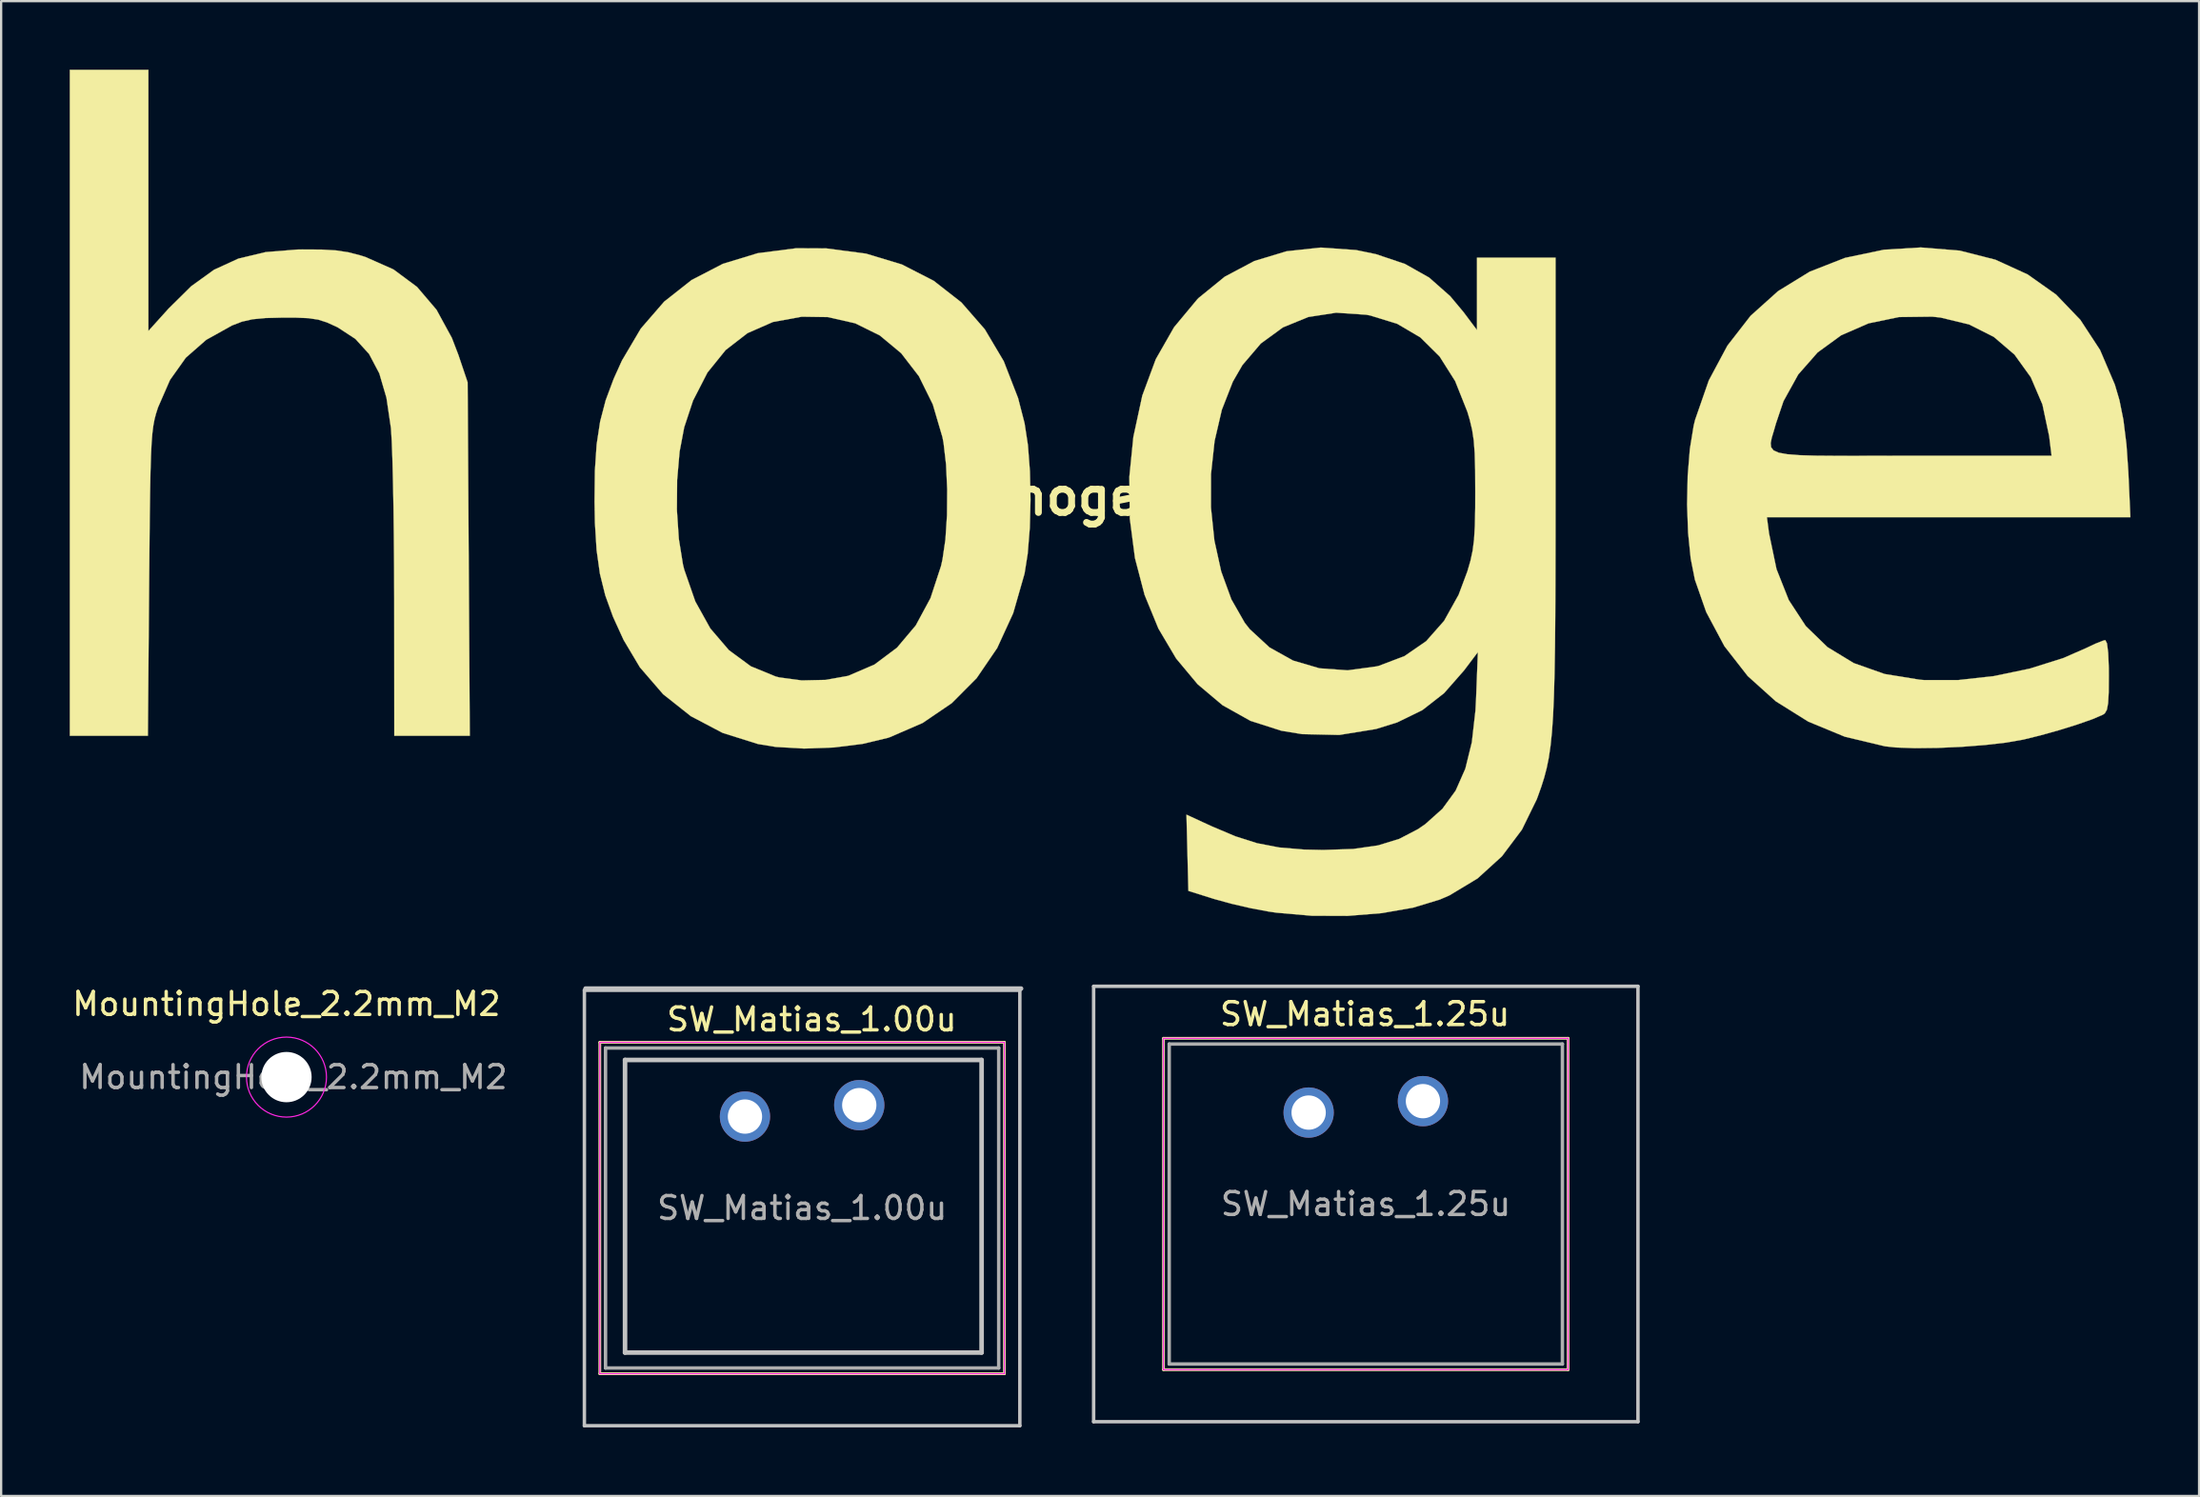
<source format=kicad_pcb>
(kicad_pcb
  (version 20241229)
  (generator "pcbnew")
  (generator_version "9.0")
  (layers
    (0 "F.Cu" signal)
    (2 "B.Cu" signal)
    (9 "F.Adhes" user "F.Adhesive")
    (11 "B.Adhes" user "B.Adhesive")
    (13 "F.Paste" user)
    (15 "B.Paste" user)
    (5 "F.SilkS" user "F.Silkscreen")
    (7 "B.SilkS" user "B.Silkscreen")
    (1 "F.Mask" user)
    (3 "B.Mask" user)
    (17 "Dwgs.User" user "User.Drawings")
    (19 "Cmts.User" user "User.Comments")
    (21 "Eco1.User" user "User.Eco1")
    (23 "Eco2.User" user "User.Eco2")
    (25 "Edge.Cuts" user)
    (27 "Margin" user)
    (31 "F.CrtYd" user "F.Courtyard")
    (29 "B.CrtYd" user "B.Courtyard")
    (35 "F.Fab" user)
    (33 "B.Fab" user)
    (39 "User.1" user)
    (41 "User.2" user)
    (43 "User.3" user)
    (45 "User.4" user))
  (footprint "SW_Matias_1.25u"
    (layer "F.Cu")
    (at 56.658 49.57)
    (property "Reference" "SW_Matias_1.25u" (at 0 -8.255 0) (layer "F.SilkS") (effects (font (size 1 1) (thickness 0.15))))
    (attr through_hole)
    (fp_line (start -8.81 -7.195) (end 8.89 -7.195) (stroke (width 0.12) (type solid)) (layer "F.SilkS"))
    (fp_line (start -8.81 7.305) (end -8.81 -7.195) (stroke (width 0.12) (type solid)) (layer "F.SilkS"))
    (fp_line (start 8.89 -7.195) (end 8.89 7.305) (stroke (width 0.12) (type solid)) (layer "F.SilkS"))
    (fp_line (start 8.89 7.305) (end -8.81 7.305) (stroke (width 0.12) (type solid)) (layer "F.SilkS"))
    (fp_line (start -11.866 -9.47) (end 11.946 -9.47) (stroke (width 0.15) (type solid)) (layer "Dwgs.User"))
    (fp_line (start -11.866 9.58) (end -11.866 -9.47) (stroke (width 0.15) (type solid)) (layer "Dwgs.User"))
    (fp_line (start 11.946 -9.47) (end 11.946 9.58) (stroke (width 0.15) (type solid)) (layer "Dwgs.User"))
    (fp_line (start 11.946 9.58) (end -11.866 9.58) (stroke (width 0.15) (type solid)) (layer "Dwgs.User"))
    (fp_line (start -8.81 -7.195) (end -8.81 7.305) (stroke (width 0.05) (type solid)) (layer "F.CrtYd"))
    (fp_line (start -8.81 -7.195) (end 8.89 -7.195) (stroke (width 0.05) (type solid)) (layer "F.CrtYd"))
    (fp_line (start -8.81 7.305) (end 8.89 7.305) (stroke (width 0.05) (type solid)) (layer "F.CrtYd"))
    (fp_line (start 8.89 7.305) (end 8.89 -7.195) (stroke (width 0.05) (type solid)) (layer "F.CrtYd"))
    (fp_line (start -8.56 -6.945) (end 8.64 -6.945) (stroke (width 0.15) (type solid)) (layer "F.Fab"))
    (fp_line (start -8.56 7.055) (end -8.56 -6.945) (stroke (width 0.15) (type solid)) (layer "F.Fab"))
    (fp_line (start 8.64 -6.945) (end 8.64 7.055) (stroke (width 0.15) (type solid)) (layer "F.Fab"))
    (fp_line (start 8.64 7.055) (end -8.56 7.055) (stroke (width 0.15) (type solid)) (layer "F.Fab"))
    (fp_text user "${REFERENCE}" (at 0.04 0.055 0) (layer "F.Fab") (effects (font (size 1 1) (thickness 0.15))))
    (pad "1" thru_hole circle (at 2.54 -4.445) (size 2.2 2.2) (drill 1.5) (layers "*.Cu" "*.Mask"))
    (pad "2" thru_hole circle (at -2.46 -3.945) (size 2.2 2.2) (drill 1.5) (layers "*.Cu" "*.Mask")))
  (footprint "SW_Matias_1.00u"
    (layer "F.Cu")
    (at 22.514 40.275)
    (property "Reference" "SW_Matias_1.00u" (at 9.946 1.275 0) (unlocked yes) (layer "F.SilkS") (effects (font (size 1 1) (thickness 0.15))))
    (attr through_hole)
    (fp_line (start 0.675 2.275) (end 18.375 2.275) (stroke (width 0.12) (type solid)) (layer "F.SilkS"))
    (fp_line (start 0.675 16.775) (end 0.675 2.275) (stroke (width 0.12) (type solid)) (layer "F.SilkS"))
    (fp_line (start 18.375 2.275) (end 18.375 16.775) (stroke (width 0.12) (type solid)) (layer "F.SilkS"))
    (fp_line (start 18.375 16.775) (end 0.675 16.775) (stroke (width 0.12) (type solid)) (layer "F.SilkS"))
    (fp_line (start 0 0) (end 19.05 0) (stroke (width 0.15) (type solid)) (layer "Dwgs.User"))
    (fp_line (start 0 19.05) (end 0 0) (stroke (width 0.15) (type solid)) (layer "Dwgs.User"))
    (fp_line (start 0.053 -0.075) (end 19.103 -0.075) (stroke (width 0.2) (type solid)) (layer "Dwgs.User"))
    (fp_line (start 1.778 3.048) (end 17.377 3.048) (stroke (width 0.2) (type solid)) (layer "Dwgs.User"))
    (fp_line (start 1.778 15.849) (end 1.778 3.048) (stroke (width 0.2) (type solid)) (layer "Dwgs.User"))
    (fp_line (start 17.377 3.048) (end 17.377 15.849) (stroke (width 0.2) (type solid)) (layer "Dwgs.User"))
    (fp_line (start 17.377 15.849) (end 1.778 15.849) (stroke (width 0.2) (type solid)) (layer "Dwgs.User"))
    (fp_line (start 19.05 0) (end 19.05 19.05) (stroke (width 0.15) (type solid)) (layer "Dwgs.User"))
    (fp_line (start 19.05 19.05) (end 0 19.05) (stroke (width 0.15) (type solid)) (layer "Dwgs.User"))
    (fp_line (start 0.675 2.275) (end 0.675 16.775) (stroke (width 0.05) (type solid)) (layer "F.CrtYd"))
    (fp_line (start 0.675 2.275) (end 18.375 2.275) (stroke (width 0.05) (type solid)) (layer "F.CrtYd"))
    (fp_line (start 0.675 16.775) (end 18.375 16.775) (stroke (width 0.05) (type solid)) (layer "F.CrtYd"))
    (fp_line (start 18.375 16.775) (end 18.375 2.275) (stroke (width 0.05) (type solid)) (layer "F.CrtYd"))
    (fp_line (start 0.925 2.525) (end 18.125 2.525) (stroke (width 0.15) (type solid)) (layer "F.Fab"))
    (fp_line (start 0.925 16.525) (end 0.925 2.525) (stroke (width 0.15) (type solid)) (layer "F.Fab"))
    (fp_line (start 18.125 2.525) (end 18.125 16.525) (stroke (width 0.15) (type solid)) (layer "F.Fab"))
    (fp_line (start 18.125 16.525) (end 0.925 16.525) (stroke (width 0.15) (type solid)) (layer "F.Fab"))
    (fp_text user "${REFERENCE}" (at 9.525 9.525 0) (layer "F.Fab") (effects (font (size 1 1) (thickness 0.15))))
    (pad "1" thru_hole circle (at 12.025 5.025) (size 2.2 2.2) (drill 1.5) (layers "*.Cu" "*.Mask"))
    (pad "2" thru_hole circle (at 7.025 5.525) (size 2.2 2.2) (drill 1.5) (layers "*.Cu" "*.Mask")))
  (footprint "MountingHole_2.2mm_M2"
    (layer "F.Cu")
    (at 9.482 44.073)
    (property "Reference" "MountingHole_2.2mm_M2" (at 0 -3.2 0) (layer "F.SilkS") (effects (font (size 1 1) (thickness 0.15))))
    (attr exclude_from_pos_files exclude_from_bom)
    (fp_circle (center 0 0) (end 1.75 0) (stroke (width 0.05) (type solid)) (fill no) (layer "F.CrtYd"))
    (fp_text user "${REFERENCE}" (at 0.3 0 0) (layer "F.Fab") (effects (font (size 1 1) (thickness 0.15))))
    (pad "" np_thru_hole circle (at 0 0) (size 2.2 2.2) (drill 2.2) (layers "*.Cu" "*.Mask")))
  (footprint "hoge"
    (layer "F.Cu")
    (at 44.081 18.681)
    (property "Reference" "hoge" (at 0 0 0) (layer "F.SilkS") (effects (font (size 1.524 1.524) (thickness 0.3))))
    (attr through_hole)
    (fp_poly (pts (xy -40.64 -7.251) (xy -39.749 -8.238) (xy -38.763 -9.211) (xy -37.769 -9.928) (xy -36.704 -10.416) (xy -35.509 -10.702) (xy -34.121 -10.814) (xy -33.916 -10.817) (xy -33.07 -10.813) (xy -32.425 -10.775) (xy -31.883 -10.692) (xy -31.348 -10.552) (xy -31.141 -10.486) (xy -29.919 -9.944) (xy -28.887 -9.178) (xy -28.037 -8.181) (xy -27.363 -6.946) (xy -27.08 -6.208) (xy -26.674 -5.005) (xy -26.627 2.727) (xy -26.58 10.459) (xy -29.882 10.459) (xy -29.886 4.445) (xy -29.891 3.066) (xy -29.902 1.724) (xy -29.918 0.461) (xy -29.94 -0.68) (xy -29.965 -1.657) (xy -29.994 -2.427) (xy -30.025 -2.948) (xy -30.03 -3.01) (xy -30.225 -4.328) (xy -30.538 -5.396) (xy -30.986 -6.245) (xy -31.585 -6.904) (xy -32.351 -7.405) (xy -32.4 -7.43) (xy -32.829 -7.625) (xy -33.211 -7.747) (xy -33.639 -7.811) (xy -34.207 -7.835) (xy -34.738 -7.836) (xy -35.516 -7.817) (xy -36.088 -7.763) (xy -36.546 -7.659) (xy -36.979 -7.493) (xy -38.109 -6.864) (xy -39.002 -6.082) (xy -39.694 -5.109) (xy -40.219 -3.906) (xy -40.23 -3.872) (xy -40.307 -3.631) (xy -40.371 -3.388) (xy -40.423 -3.112) (xy -40.466 -2.774) (xy -40.5 -2.345) (xy -40.526 -1.794) (xy -40.548 -1.093) (xy -40.565 -0.21) (xy -40.58 0.883) (xy -40.593 2.217) (xy -40.607 3.773) (xy -40.662 10.459) (xy -44.076 10.459) (xy -44.076 -18.676) (xy -40.64 -18.676) (xy -40.64 -7.251)) (stroke (width 0.01) (type solid)) (fill yes) (layer "F.SilkS"))
    (fp_poly (pts (xy -10.984 -10.863) (xy -9.248 -10.635) (xy -7.679 -10.161) (xy -6.286 -9.447) (xy -5.074 -8.5) (xy -4.05 -7.325) (xy -3.221 -5.928) (xy -2.594 -4.314) (xy -2.31 -3.212) (xy -2.164 -2.259) (xy -2.077 -1.113) (xy -2.05 0.127) (xy -2.082 1.363) (xy -2.174 2.496) (xy -2.311 3.361) (xy -2.808 5.095) (xy -3.51 6.623) (xy -4.408 7.939) (xy -5.497 9.033) (xy -6.769 9.898) (xy -8.218 10.526) (xy -8.292 10.55) (xy -9.395 10.814) (xy -10.657 10.971) (xy -11.962 11.018) (xy -13.195 10.947) (xy -13.97 10.82) (xy -15.52 10.333) (xy -16.91 9.601) (xy -18.123 8.64) (xy -19.138 7.464) (xy -19.853 6.263) (xy -20.314 5.253) (xy -20.653 4.315) (xy -20.887 3.37) (xy -21.032 2.339) (xy -21.106 1.144) (xy -21.116 0.579) (xy -17.52 0.579) (xy -17.435 1.845) (xy -17.255 2.962) (xy -17.2 3.186) (xy -16.714 4.583) (xy -16.058 5.763) (xy -15.245 6.713) (xy -14.288 7.418) (xy -13.199 7.865) (xy -13.038 7.906) (xy -12.06 8.037) (xy -11.01 8.014) (xy -10.051 7.842) (xy -10.015 7.832) (xy -8.877 7.343) (xy -7.891 6.605) (xy -7.07 5.631) (xy -6.425 4.435) (xy -5.965 3.032) (xy -5.902 2.751) (xy -5.773 1.874) (xy -5.704 0.814) (xy -5.695 -0.317) (xy -5.745 -1.411) (xy -5.855 -2.356) (xy -5.902 -2.602) (xy -6.325 -4.04) (xy -6.933 -5.271) (xy -7.711 -6.28) (xy -8.645 -7.057) (xy -9.72 -7.587) (xy -10.921 -7.859) (xy -12.056 -7.875) (xy -13.318 -7.644) (xy -14.43 -7.157) (xy -15.386 -6.418) (xy -16.183 -5.432) (xy -16.814 -4.203) (xy -17.2 -3.037) (xy -17.402 -1.97) (xy -17.509 -0.729) (xy -17.52 0.579) (xy -21.116 0.579) (xy -21.123 0.224) (xy -21.107 -1.141) (xy -21.03 -2.287) (xy -20.878 -3.288) (xy -20.635 -4.219) (xy -20.286 -5.155) (xy -19.924 -5.956) (xy -19.097 -7.357) (xy -18.077 -8.534) (xy -16.877 -9.48) (xy -15.508 -10.189) (xy -13.981 -10.654) (xy -12.309 -10.869) (xy -10.984 -10.863)) (stroke (width 0.01) (type solid)) (fill yes) (layer "F.SilkS"))
    (fp_poly (pts (xy 38.595 -10.767) (xy 40.159 -10.369) (xy 41.57 -9.724) (xy 42.814 -8.844) (xy 43.874 -7.739) (xy 44.736 -6.422) (xy 45.384 -4.905) (xy 45.584 -4.228) (xy 45.758 -3.364) (xy 45.892 -2.287) (xy 45.975 -1.083) (xy 46.064 0.896) (xy 30.163 0.896) (xy 30.257 1.606) (xy 30.584 3.17) (xy 31.12 4.522) (xy 31.864 5.659) (xy 32.812 6.579) (xy 33.962 7.279) (xy 35.311 7.756) (xy 36.855 8.007) (xy 37.054 8.022) (xy 38.526 8.022) (xy 40.095 7.848) (xy 41.661 7.521) (xy 43.122 7.062) (xy 44.109 6.631) (xy 44.536 6.43) (xy 44.861 6.301) (xy 44.968 6.275) (xy 45.042 6.42) (xy 45.093 6.833) (xy 45.12 7.485) (xy 45.122 7.839) (xy 45.116 8.555) (xy 45.09 9.03) (xy 45.037 9.317) (xy 44.948 9.475) (xy 44.861 9.537) (xy 44.406 9.732) (xy 43.742 9.965) (xy 42.953 10.211) (xy 42.122 10.443) (xy 41.387 10.624) (xy 40.637 10.756) (xy 39.704 10.863) (xy 38.672 10.943) (xy 37.624 10.99) (xy 36.642 11.001) (xy 35.809 10.971) (xy 35.332 10.92) (xy 33.569 10.499) (xy 31.971 9.838) (xy 30.551 8.95) (xy 29.325 7.847) (xy 28.306 6.541) (xy 27.508 5.046) (xy 27.014 3.631) (xy 26.83 2.703) (xy 26.716 1.576) (xy 26.672 0.34) (xy 26.698 -0.913) (xy 26.794 -2.093) (xy 26.835 -2.343) (xy 30.329 -2.343) (xy 30.348 -2.162) (xy 30.457 -2.025) (xy 30.681 -1.926) (xy 31.043 -1.859) (xy 31.57 -1.817) (xy 32.286 -1.796) (xy 33.217 -1.789) (xy 34.386 -1.79) (xy 35.819 -1.793) (xy 36.474 -1.793) (xy 42.617 -1.793) (xy 42.511 -2.652) (xy 42.217 -4.035) (xy 41.707 -5.228) (xy 40.994 -6.218) (xy 40.089 -6.992) (xy 39.007 -7.537) (xy 37.76 -7.838) (xy 37.398 -7.877) (xy 35.944 -7.86) (xy 34.61 -7.584) (xy 33.415 -7.064) (xy 32.383 -6.313) (xy 31.534 -5.347) (xy 30.889 -4.181) (xy 30.56 -3.207) (xy 30.46 -2.859) (xy 30.374 -2.573) (xy 30.329 -2.343) (xy 26.835 -2.343) (xy 26.96 -3.108) (xy 27.022 -3.362) (xy 27.622 -5.088) (xy 28.435 -6.608) (xy 29.449 -7.914) (xy 30.653 -8.995) (xy 32.035 -9.844) (xy 33.582 -10.45) (xy 35.283 -10.806) (xy 36.895 -10.904) (xy 38.595 -10.767)) (stroke (width 0.01) (type solid)) (fill yes) (layer "F.SilkS"))
    (fp_poly (pts (xy 12.193 -10.791) (xy 13.066 -10.61) (xy 14.329 -10.184) (xy 15.388 -9.587) (xy 16.31 -8.773) (xy 16.894 -8.073) (xy 17.481 -7.291) (xy 17.481 -10.459) (xy 20.918 -10.459) (xy 20.918 -0.393) (xy 20.917 1.741) (xy 20.913 3.6) (xy 20.906 5.208) (xy 20.893 6.588) (xy 20.873 7.764) (xy 20.845 8.76) (xy 20.808 9.6) (xy 20.759 10.307) (xy 20.697 10.905) (xy 20.622 11.418) (xy 20.53 11.869) (xy 20.422 12.283) (xy 20.296 12.683) (xy 20.15 13.092) (xy 20.095 13.239) (xy 19.446 14.567) (xy 18.571 15.732) (xy 17.504 16.702) (xy 16.278 17.441) (xy 15.855 17.624) (xy 14.688 17.978) (xy 13.318 18.218) (xy 11.817 18.339) (xy 10.259 18.334) (xy 8.72 18.2) (xy 8.367 18.149) (xy 7.587 18.003) (xy 6.741 17.808) (xy 6.006 17.606) (xy 5.976 17.597) (xy 4.856 17.245) (xy 4.814 15.577) (xy 4.772 13.91) (xy 5.86 14.412) (xy 6.908 14.856) (xy 7.863 15.16) (xy 8.83 15.346) (xy 9.914 15.437) (xy 10.758 15.455) (xy 12.068 15.411) (xy 13.156 15.255) (xy 14.079 14.971) (xy 14.898 14.545) (xy 15.22 14.324) (xy 15.967 13.656) (xy 16.547 12.86) (xy 16.971 11.901) (xy 17.256 10.744) (xy 17.414 9.356) (xy 17.442 8.815) (xy 17.52 6.798) (xy 16.913 7.602) (xy 16.042 8.594) (xy 15.092 9.336) (xy 13.991 9.874) (xy 13.066 10.162) (xy 11.457 10.423) (xy 9.832 10.387) (xy 8.924 10.239) (xy 7.572 9.806) (xy 6.347 9.12) (xy 5.259 8.203) (xy 4.321 7.079) (xy 3.545 5.769) (xy 2.94 4.296) (xy 2.519 2.684) (xy 2.293 0.955) (xy 2.288 0.477) (xy 5.843 0.477) (xy 5.993 1.917) (xy 6.292 3.273) (xy 6.736 4.491) (xy 7.32 5.514) (xy 7.539 5.794) (xy 8.404 6.593) (xy 9.435 7.168) (xy 10.59 7.507) (xy 11.822 7.596) (xy 13.088 7.424) (xy 13.191 7.398) (xy 14.309 6.973) (xy 15.256 6.321) (xy 16.042 5.431) (xy 16.677 4.292) (xy 17.06 3.269) (xy 17.196 2.801) (xy 17.291 2.358) (xy 17.353 1.872) (xy 17.388 1.274) (xy 17.404 0.495) (xy 17.406 -0.224) (xy 17.401 -1.176) (xy 17.381 -1.898) (xy 17.34 -2.458) (xy 17.269 -2.926) (xy 17.164 -3.369) (xy 17.058 -3.724) (xy 16.526 -5.058) (xy 15.845 -6.136) (xy 15.004 -6.969) (xy 13.995 -7.563) (xy 12.81 -7.929) (xy 12.63 -7.962) (xy 11.32 -8.05) (xy 10.1 -7.862) (xy 8.993 -7.409) (xy 8.025 -6.703) (xy 7.219 -5.758) (xy 6.8 -5.033) (xy 6.319 -3.803) (xy 6.002 -2.438) (xy 5.845 -0.993) (xy 5.843 0.477) (xy 2.288 0.477) (xy 2.274 -0.87) (xy 2.449 -2.615) (xy 2.839 -4.421) (xy 3.43 -6.016) (xy 4.23 -7.416) (xy 5.246 -8.637) (xy 5.303 -8.695) (xy 6.45 -9.628) (xy 7.742 -10.312) (xy 9.149 -10.738) (xy 10.643 -10.9) (xy 12.193 -10.791)) (stroke (width 0.01) (type solid)) (fill yes) (layer "F.SilkS")))
  (gr_rect
    (start -3 -3)
    (end 93.15 62.4)
    (stroke (width 0.1) (type default))
    (fill no)
    (layer "Edge.Cuts")))
</source>
